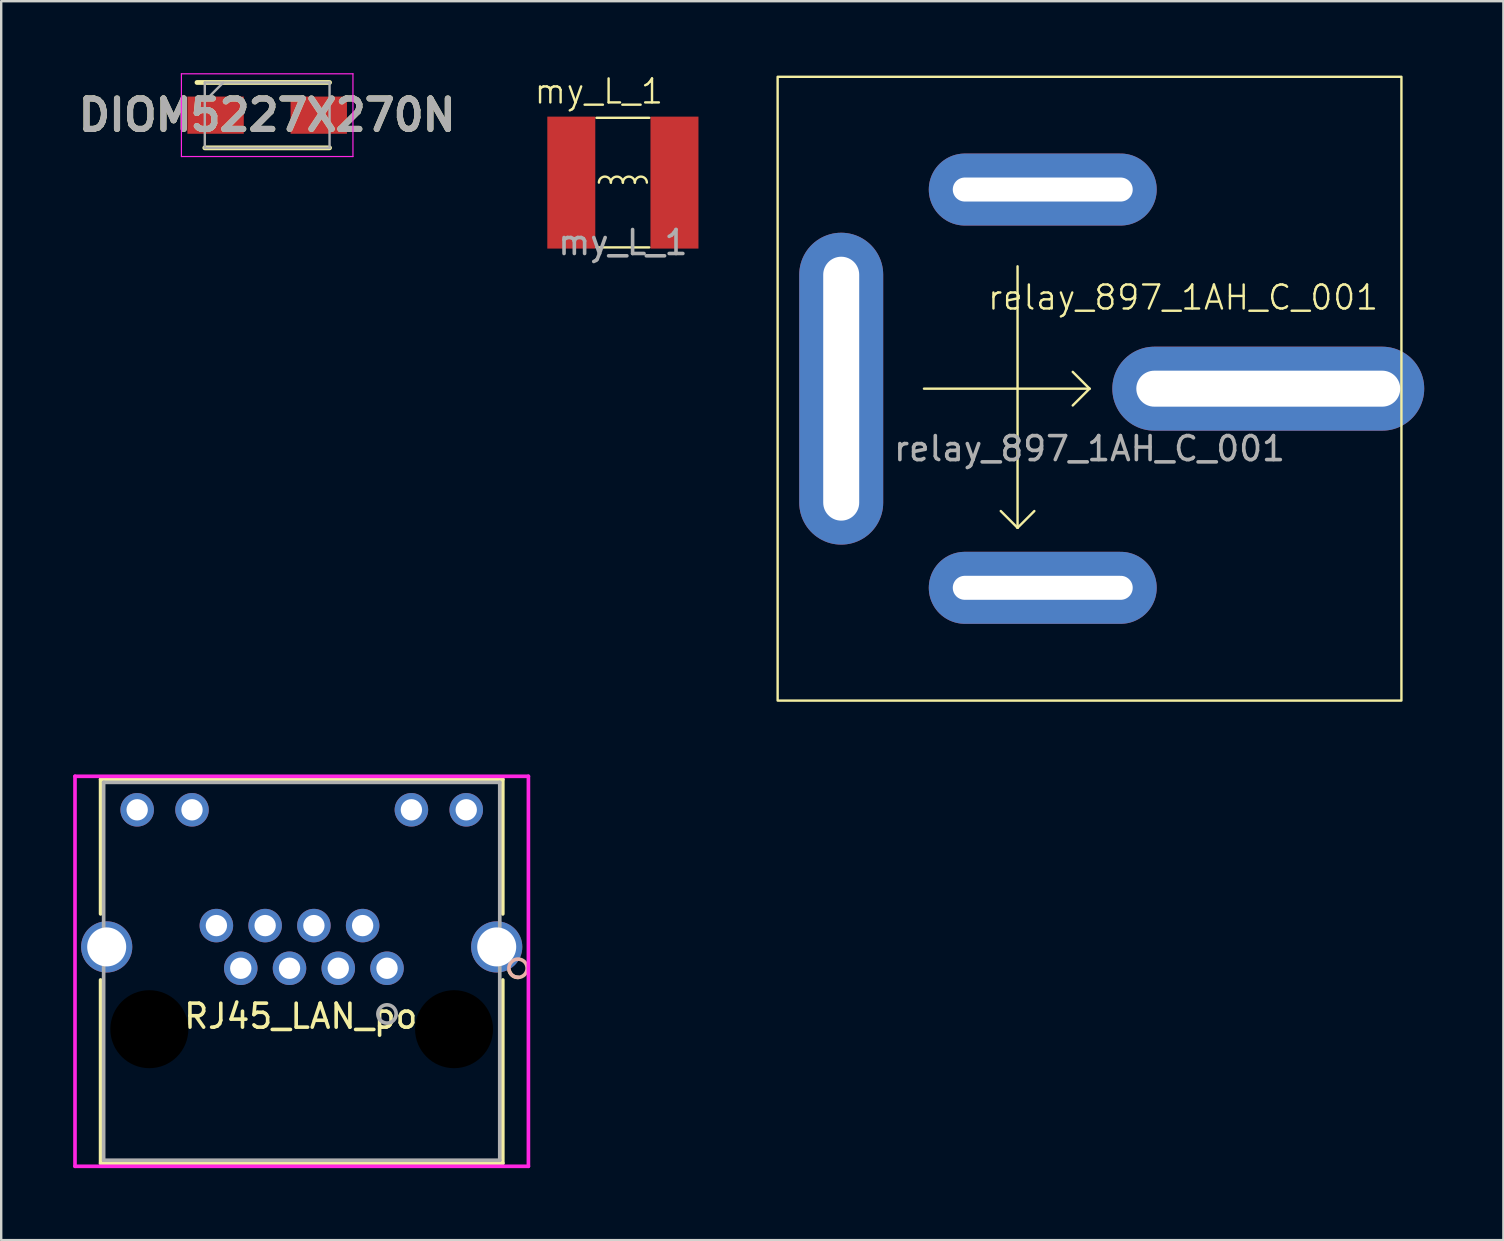
<source format=kicad_pcb>
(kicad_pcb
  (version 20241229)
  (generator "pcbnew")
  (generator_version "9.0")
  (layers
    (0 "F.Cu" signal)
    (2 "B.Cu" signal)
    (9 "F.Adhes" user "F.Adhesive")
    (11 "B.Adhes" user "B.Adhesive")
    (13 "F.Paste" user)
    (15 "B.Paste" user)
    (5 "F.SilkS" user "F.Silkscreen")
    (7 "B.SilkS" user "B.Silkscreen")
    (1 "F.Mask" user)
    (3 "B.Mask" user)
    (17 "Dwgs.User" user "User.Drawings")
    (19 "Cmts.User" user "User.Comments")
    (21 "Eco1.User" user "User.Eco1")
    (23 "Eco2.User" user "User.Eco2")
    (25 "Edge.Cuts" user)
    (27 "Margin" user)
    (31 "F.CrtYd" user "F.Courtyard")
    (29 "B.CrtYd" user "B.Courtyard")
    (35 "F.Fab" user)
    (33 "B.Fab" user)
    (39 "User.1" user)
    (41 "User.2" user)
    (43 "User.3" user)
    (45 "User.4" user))
  (footprint "RJ45_LAN_port"
    (layer "F.Cu")
    (at 13.081 37.307)
    (property "Reference" "RJ45_LAN_port" (at -3 2 0) (layer "F.SilkS") (effects (font (size 1 1) (thickness 0.15))))
    (attr through_hole)
    (fp_line (start -11.938 -7.874) (end -11.938 -2.265) (stroke (width 0.152) (type solid)) (layer "F.SilkS"))
    (fp_line (start -11.938 0.487) (end -11.938 8.128) (stroke (width 0.152) (type solid)) (layer "F.SilkS"))
    (fp_line (start -11.938 8.128) (end 4.826 8.128) (stroke (width 0.152) (type solid)) (layer "F.SilkS"))
    (fp_line (start 4.826 -7.874) (end -11.938 -7.874) (stroke (width 0.152) (type solid)) (layer "F.SilkS"))
    (fp_line (start 4.826 -2.265) (end 4.826 -7.874) (stroke (width 0.152) (type solid)) (layer "F.SilkS"))
    (fp_line (start 4.826 8.128) (end 4.826 0.487) (stroke (width 0.152) (type solid)) (layer "F.SilkS"))
    (fp_arc (start 5.461 0.381) (mid 5.230183 0.303125) (end 5.093723 0.101334) (stroke (width 0.1524) (type solid)) (layer "F.SilkS"))
    (fp_circle (center 5.461 0) (end 5.842 0) (stroke (width 0.152) (type solid)) (fill no) (layer "B.SilkS"))
    (fp_line (start -13.005 -8.001) (end -13.005 8.255) (stroke (width 0.152) (type solid)) (layer "F.CrtYd"))
    (fp_line (start -13.005 8.255) (end 5.893 8.255) (stroke (width 0.152) (type solid)) (layer "F.CrtYd"))
    (fp_line (start 5.893 -8.001) (end -13.005 -8.001) (stroke (width 0.152) (type solid)) (layer "F.CrtYd"))
    (fp_line (start 5.893 8.255) (end 5.893 -8.001) (stroke (width 0.152) (type solid)) (layer "F.CrtYd"))
    (fp_line (start -11.811 -7.747) (end -11.811 8.001) (stroke (width 0.152) (type solid)) (layer "F.Fab"))
    (fp_line (start -11.811 8.001) (end 4.699 8.001) (stroke (width 0.152) (type solid)) (layer "F.Fab"))
    (fp_line (start 4.699 -7.747) (end -11.811 -7.747) (stroke (width 0.152) (type solid)) (layer "F.Fab"))
    (fp_line (start 4.699 8.001) (end 4.699 -7.747) (stroke (width 0.152) (type solid)) (layer "F.Fab"))
    (fp_circle (center 0 1.905) (end 0.381 1.905) (stroke (width 0.152) (type solid)) (fill no) (layer "F.Fab"))
    (fp_text user "Copyright 2016 Accelerated Designs. All rights reserved." (at 0 0 0) (layer "Cmts.User") (effects (font (size 0.127 0.127) (thickness 0.002))))
    (pad "" np_thru_hole circle (at -9.906 2.54) (size 3.251 3.251) (drill 3.251) (layers))
    (pad "" np_thru_hole circle (at 2.794 2.54) (size 3.251 3.251) (drill 3.251) (layers))
    (pad "1" thru_hole circle (at 0 0) (size 1.397 1.397) (drill 0.889) (layers "*.Cu" "*.Mask"))
    (pad "2" thru_hole circle (at -1.016 -1.778) (size 1.397 1.397) (drill 0.889) (layers "*.Cu" "*.Mask"))
    (pad "3" thru_hole circle (at -2.032 0) (size 1.397 1.397) (drill 0.889) (layers "*.Cu" "*.Mask"))
    (pad "4" thru_hole circle (at -3.048 -1.778) (size 1.397 1.397) (drill 0.889) (layers "*.Cu" "*.Mask"))
    (pad "5" thru_hole circle (at -4.064 0) (size 1.397 1.397) (drill 0.889) (layers "*.Cu" "*.Mask"))
    (pad "6" thru_hole circle (at -5.08 -1.778) (size 1.397 1.397) (drill 0.889) (layers "*.Cu" "*.Mask"))
    (pad "7" thru_hole circle (at -6.096 0) (size 1.397 1.397) (drill 0.889) (layers "*.Cu" "*.Mask"))
    (pad "8" thru_hole circle (at -7.112 -1.778) (size 1.397 1.397) (drill 0.889) (layers "*.Cu" "*.Mask"))
    (pad "9" thru_hole circle (at 3.302 -6.604) (size 1.397 1.397) (drill 0.889) (layers "*.Cu" "*.Mask"))
    (pad "10" thru_hole circle (at 1.016 -6.604) (size 1.397 1.397) (drill 0.889) (layers "*.Cu" "*.Mask"))
    (pad "11" thru_hole circle (at -8.128 -6.604) (size 1.397 1.397) (drill 0.889) (layers "*.Cu" "*.Mask"))
    (pad "12" thru_hole circle (at -10.414 -6.604) (size 1.397 1.397) (drill 0.889) (layers "*.Cu" "*.Mask"))
    (pad "SH" thru_hole circle (at -11.684 -0.889) (size 2.134 2.134) (drill 1.626) (layers "*.Cu" "*.Mask"))
    (pad "SH" thru_hole circle (at 4.572 -0.889) (size 2.134 2.134) (drill 1.626) (layers "*.Cu" "*.Mask")))
  (footprint "relay_897_1AH_C_001"
    (layer "F.Cu")
    (at 42.362 13.15)
    (property "Reference" "relay_897_1AH_C_001" (at 3.9 -3.8 0) (unlocked yes) (layer "F.SilkS") (effects (font (size 1 1) (thickness 0.1))))
    (attr through_hole)
    (fp_line (start -6.9 0) (end 0 0) (stroke (width 0.1) (type default)) (layer "F.SilkS"))
    (fp_line (start -3 -5.1) (end -3 5.8) (stroke (width 0.1) (type default)) (layer "F.SilkS"))
    (fp_line (start -3 5.8) (end -3.7 5.1) (stroke (width 0.1) (type default)) (layer "F.SilkS"))
    (fp_line (start -3 5.8) (end -2.3 5.1) (stroke (width 0.1) (type default)) (layer "F.SilkS"))
    (fp_line (start 0 0) (end -0.7 -0.7) (stroke (width 0.1) (type default)) (layer "F.SilkS"))
    (fp_line (start 0 0) (end -0.7 0.7) (stroke (width 0.1) (type default)) (layer "F.SilkS"))
    (fp_rect (start -13 -13) (end 13 13) (stroke (width 0.1) (type default)) (fill no) (layer "F.SilkS"))
    (fp_rect (start -13.05 -13.1) (end 14.2 13.03) (stroke (width 0.1) (type default)) (fill no) (layer "Margin"))
    (fp_text user "${REFERENCE}" (at 0 2.5 0) (unlocked yes) (layer "F.Fab") (effects (font (size 1 1) (thickness 0.15))))
    (pad "1" thru_hole oval (at -10.35 0) (size 3.5 13) (drill oval 1.5 11) (layers "*.Cu" "*.Mask"))
    (pad "2" thru_hole oval (at 7.45 0) (size 13 3.5) (drill oval 11 1.5) (layers "*.Cu" "*.Mask"))
    (pad "3" thru_hole oval (at -1.95 -8.3) (size 9.5 3) (drill oval 7.5 1) (layers "*.Cu" "*.Mask"))
    (pad "4" thru_hole oval (at -1.95 8.3) (size 9.5 3) (drill oval 7.5 1) (layers "*.Cu" "*.Mask")))
  (footprint "my_L_1"
    (layer "F.Cu")
    (at 22.912 4.561)
    (property "Reference" "my_L_1" (at -1 -3.8 0) (unlocked yes) (layer "F.SilkS") (effects (font (size 1 1) (thickness 0.1))))
    (attr smd)
    (fp_line (start -1.1 -2.7) (end 1.1 -2.7) (stroke (width 0.1) (type default)) (layer "F.SilkS"))
    (fp_line (start -1.1 2.7) (end 1.1 2.7) (stroke (width 0.1) (type default)) (layer "F.SilkS"))
    (fp_arc (start -1 0) (mid -0.75 -0.25) (end -0.5 0) (stroke (width 0.1) (type default)) (layer "F.SilkS"))
    (fp_arc (start -0.5 0) (mid -0.25 -0.25) (end 0 0) (stroke (width 0.1) (type default)) (layer "F.SilkS"))
    (fp_arc (start 0 0) (mid 0.25 -0.25) (end 0.5 0) (stroke (width 0.1) (type default)) (layer "F.SilkS"))
    (fp_arc (start 0.5 0) (mid 0.75 -0.25) (end 1 0) (stroke (width 0.1) (type default)) (layer "F.SilkS"))
    (fp_rect (start -3.3 -3.1) (end 3.3 3.1) (stroke (width 0.1) (type default)) (fill no) (layer "Margin"))
    (fp_text user "${REFERENCE}" (at 0 2.5 0) (unlocked yes) (layer "F.Fab") (effects (font (size 1 1) (thickness 0.15))))
    (pad "1" smd rect (at 2.15 0) (size 2 5.5) (layers "F.Cu" "F.Mask" "F.Paste"))
    (pad "2" smd rect (at -2.15 0) (size 2 5.5) (layers "F.Cu" "F.Mask" "F.Paste")))
  (footprint "DIOM5227X270N"
    (layer "F.Cu")
    (at 8.086 1.75)
    (property "Reference" "DIOM5227X270N" (at 0 0 0) (layer "F.SilkS") (effects (font (size 1.27 1.27) (thickness 0.254))))
    (attr smd)
    (fp_line (start -2.6 1.362) (end 2.6 1.362) (stroke (width 0.2) (type solid)) (layer "F.SilkS"))
    (fp_line (start 2.6 -1.362) (end -2.925 -1.362) (stroke (width 0.2) (type solid)) (layer "F.SilkS"))
    (fp_line (start -3.575 -1.725) (end 3.575 -1.725) (stroke (width 0.05) (type solid)) (layer "F.CrtYd"))
    (fp_line (start -3.575 1.725) (end -3.575 -1.725) (stroke (width 0.05) (type solid)) (layer "F.CrtYd"))
    (fp_line (start 3.575 -1.725) (end 3.575 1.725) (stroke (width 0.05) (type solid)) (layer "F.CrtYd"))
    (fp_line (start 3.575 1.725) (end -3.575 1.725) (stroke (width 0.05) (type solid)) (layer "F.CrtYd"))
    (fp_line (start -2.6 -1.362) (end 2.6 -1.362) (stroke (width 0.1) (type solid)) (layer "F.Fab"))
    (fp_line (start -2.6 -0.588) (end -1.825 -1.362) (stroke (width 0.1) (type solid)) (layer "F.Fab"))
    (fp_line (start -2.6 1.362) (end -2.6 -1.362) (stroke (width 0.1) (type solid)) (layer "F.Fab"))
    (fp_line (start 2.6 -1.362) (end 2.6 1.362) (stroke (width 0.1) (type solid)) (layer "F.Fab"))
    (fp_line (start 2.6 1.362) (end -2.6 1.362) (stroke (width 0.1) (type solid)) (layer "F.Fab"))
    (fp_text user "${REFERENCE}" (at 0 0 0) (layer "F.Fab") (effects (font (size 1.27 1.27) (thickness 0.254))))
    (pad "1" smd rect (at -2.15 0 90) (size 1.55 2.35) (layers "F.Cu" "F.Mask" "F.Paste"))
    (pad "2" smd rect (at 2.15 0 90) (size 1.55 2.35) (layers "F.Cu" "F.Mask" "F.Paste")))
  (gr_rect
    (start -3 -3)
    (end 59.612 48.638)
    (stroke (width 0.1) (type default))
    (fill no)
    (layer "Edge.Cuts")))
</source>
